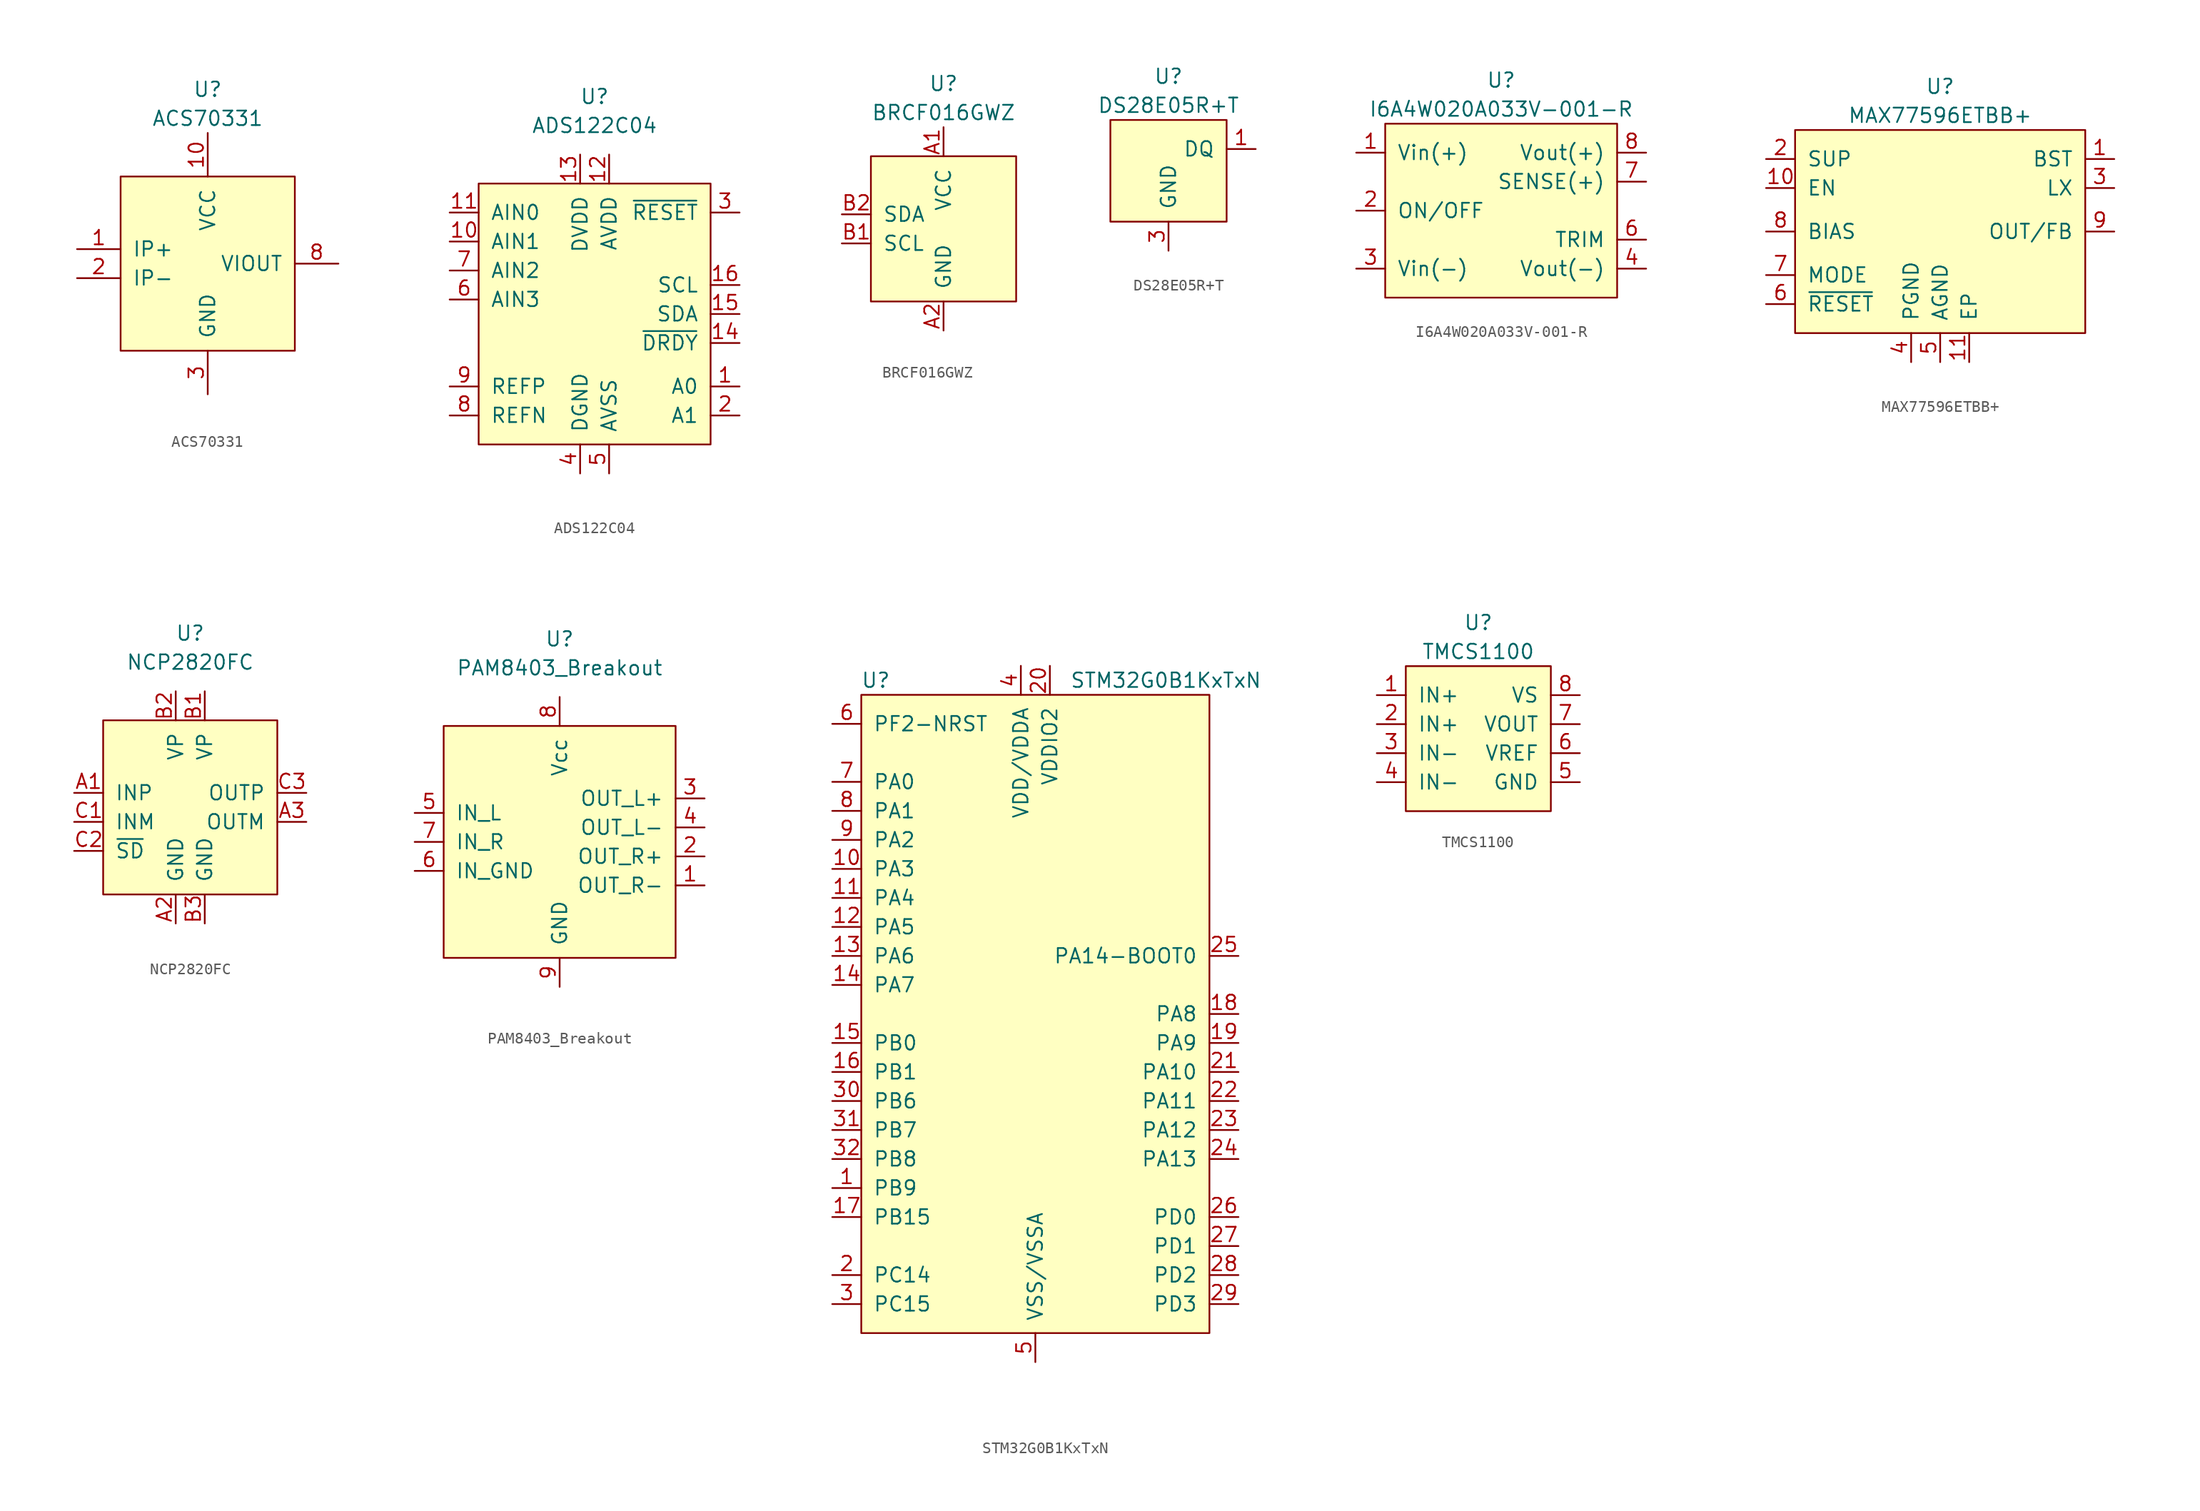
<source format=kicad_sym>
(kicad_symbol_lib
  (version 20211014)
  (generator kicad_symbol_editor)
  (symbol "ACS70331"
    (pin_names
      (offset 1.016))
    (property "Reference" "U"
      (at 0 15.24 0)
      (effects (font (size 1.27 1.27))))
    (property "Value" "ACS70331"
      (at 0 12.7 0)
      (effects (font (size 1.27 1.27))))
    (symbol "ACS70331_0_1"
      (rectangle (start -7.62 7.62) (end 7.62 -7.62) (stroke (width 0) (type default) (color 0 0 0 0)) (fill (type background))))
    (symbol "ACS70331_1_1"
      (pin passive line (at -11.43 1.27 0) (length 3.81) (name "IP+" (effects (font (size 1.27 1.27)))) (number "1" (effects (font (size 1.27 1.27)))))
      (pin power_in line (at 0 11.43 270) (length 3.81) (name "VCC" (effects (font (size 1.27 1.27)))) (number "10" (effects (font (size 1.27 1.27)))))
      (pin passive line (at -11.43 -1.27 0) (length 3.81) (name "IP-" (effects (font (size 1.27 1.27)))) (number "2" (effects (font (size 1.27 1.27)))))
      (pin power_in line (at 0 -11.43 90) (length 3.81) (name "GND" (effects (font (size 1.27 1.27)))) (number "3" (effects (font (size 1.27 1.27)))))
      (pin input line (at 0 -11.43 90) (length 3.81) hide (name "NC" (effects (font (size 1.27 1.27)))) (number "4" (effects (font (size 1.27 1.27)))))
      (pin no_connect line (at 2.54 -11.43 90) (length 3.81) hide (name "NC" (effects (font (size 1.27 1.27)))) (number "5" (effects (font (size 1.27 1.27)))))
      (pin input line (at 0 -11.43 90) (length 3.81) hide (name "NC" (effects (font (size 1.27 1.27)))) (number "6" (effects (font (size 1.27 1.27)))))
      (pin input line (at 0 -11.43 90) (length 3.81) hide (name "NC" (effects (font (size 1.27 1.27)))) (number "7" (effects (font (size 1.27 1.27)))))
      (pin output line (at 11.43 0 180) (length 3.81) (name "VIOUT" (effects (font (size 1.27 1.27)))) (number "8" (effects (font (size 1.27 1.27)))))
      (pin input line (at 0 -11.43 90) (length 3.81) hide (name "NC" (effects (font (size 1.27 1.27)))) (number "9" (effects (font (size 1.27 1.27)))))))
  (symbol "ADS122C04"
    (pin_names
      (offset 1.016))
    (property "Reference" "U"
      (at 0 19.05 0)
      (effects (font (size 1.27 1.27))))
    (property "Value" "ADS122C04"
      (at 0 16.51 0)
      (effects (font (size 1.27 1.27))))
    (symbol "ADS122C04_0_1"
      (rectangle (start -10.16 11.43) (end 10.16 -11.43) (stroke (width 0) (type default) (color 0 0 0 0)) (fill (type background))))
    (symbol "ADS122C04_1_1"
      (pin input line (at 12.7 -6.35 180) (length 2.54) (name "A0" (effects (font (size 1.27 1.27)))) (number "1" (effects (font (size 1.27 1.27)))))
      (pin input line (at -12.7 6.35 0) (length 2.54) (name "AIN1" (effects (font (size 1.27 1.27)))) (number "10" (effects (font (size 1.27 1.27)))))
      (pin input line (at -12.7 8.89 0) (length 2.54) (name "AIN0" (effects (font (size 1.27 1.27)))) (number "11" (effects (font (size 1.27 1.27)))))
      (pin power_in line (at 1.27 13.97 270) (length 2.54) (name "AVDD" (effects (font (size 1.27 1.27)))) (number "12" (effects (font (size 1.27 1.27)))))
      (pin power_in line (at -1.27 13.97 270) (length 2.54) (name "DVDD" (effects (font (size 1.27 1.27)))) (number "13" (effects (font (size 1.27 1.27)))))
      (pin power_in line (at 12.7 -2.54 180) (length 2.54) (name "~{DRDY}" (effects (font (size 1.27 1.27)))) (number "14" (effects (font (size 1.27 1.27)))))
      (pin bidirectional line (at 12.7 0 180) (length 2.54) (name "SDA" (effects (font (size 1.27 1.27)))) (number "15" (effects (font (size 1.27 1.27)))))
      (pin input line (at 12.7 2.54 180) (length 2.54) (name "SCL" (effects (font (size 1.27 1.27)))) (number "16" (effects (font (size 1.27 1.27)))))
      (pin input line (at 12.7 -8.89 180) (length 2.54) (name "A1" (effects (font (size 1.27 1.27)))) (number "2" (effects (font (size 1.27 1.27)))))
      (pin input line (at 12.7 8.89 180) (length 2.54) (name "~{RESET}" (effects (font (size 1.27 1.27)))) (number "3" (effects (font (size 1.27 1.27)))))
      (pin power_in line (at -1.27 -13.97 90) (length 2.54) (name "DGND" (effects (font (size 1.27 1.27)))) (number "4" (effects (font (size 1.27 1.27)))))
      (pin power_in line (at 1.27 -13.97 90) (length 2.54) (name "AVSS" (effects (font (size 1.27 1.27)))) (number "5" (effects (font (size 1.27 1.27)))))
      (pin input line (at -12.7 1.27 0) (length 2.54) (name "AIN3" (effects (font (size 1.27 1.27)))) (number "6" (effects (font (size 1.27 1.27)))))
      (pin input line (at -12.7 3.81 0) (length 2.54) (name "AIN2" (effects (font (size 1.27 1.27)))) (number "7" (effects (font (size 1.27 1.27)))))
      (pin input line (at -12.7 -8.89 0) (length 2.54) (name "REFN" (effects (font (size 1.27 1.27)))) (number "8" (effects (font (size 1.27 1.27)))))
      (pin input line (at -12.7 -6.35 0) (length 2.54) (name "REFP" (effects (font (size 1.27 1.27)))) (number "9" (effects (font (size 1.27 1.27)))))))
  (symbol "BRCF016GWZ"
    (pin_names
      (offset 1.016))
    (property "Reference" "U"
      (at 0 12.7 0)
      (effects (font (size 1.27 1.27))))
    (property "Value" "BRCF016GWZ"
      (at 0 10.16 0)
      (effects (font (size 1.27 1.27))))
    (symbol "BRCF016GWZ_0_1"
      (rectangle (start -6.35 6.35) (end 6.35 -6.35) (stroke (width 0.152) (type default) (color 0 0 0 0)) (fill (type background))))
    (symbol "BRCF016GWZ_1_1"
      (pin power_in line (at 0 8.89 270) (length 2.54) (name "VCC" (effects (font (size 1.27 1.27)))) (number "A1" (effects (font (size 1.27 1.27)))))
      (pin power_in line (at 0 -8.89 90) (length 2.54) (name "GND" (effects (font (size 1.27 1.27)))) (number "A2" (effects (font (size 1.27 1.27)))))
      (pin bidirectional line (at -8.89 -1.27 0) (length 2.54) (name "SCL" (effects (font (size 1.27 1.27)))) (number "B1" (effects (font (size 1.27 1.27)))))
      (pin bidirectional line (at -8.89 1.27 0) (length 2.54) (name "SDA" (effects (font (size 1.27 1.27)))) (number "B2" (effects (font (size 1.27 1.27)))))))
  (symbol "DS28E05R+T"
    (pin_names
      (offset 1.016))
    (property "Reference" "U"
      (at 0 6.35 0)
      (effects (font (size 1.27 1.27))))
    (property "Value" "DS28E05R+T"
      (at 0 3.81 0)
      (effects (font (size 1.27 1.27))))
    (symbol "DS28E05R+T_0_1"
      (rectangle (start 5.08 -6.35) (end -5.08 2.54) (stroke (width 0) (type default) (color 0 0 0 0)) (fill (type background))))
    (symbol "DS28E05R+T_1_1"
      (pin bidirectional line (at 7.62 0 180) (length 2.54) (name "DQ" (effects (font (size 1.27 1.27)))) (number "1" (effects (font (size 1.27 1.27)))))
      (pin no_connect line (at -5.08 0 0) (length 2.54) hide (name "NC" (effects (font (size 1.27 1.27)))) (number "2" (effects (font (size 1.27 1.27)))))
      (pin bidirectional line (at 0 -8.89 90) (length 2.54) (name "GND" (effects (font (size 1.27 1.27)))) (number "3" (effects (font (size 1.27 1.27)))))))
  (symbol "I6A4W020A033V-001-R"
    (pin_names
      (offset 1.016))
    (property "Reference" "U"
      (at 0 11.43 0)
      (effects (font (size 1.27 1.27))))
    (property "Value" "I6A4W020A033V-001-R"
      (at 0 8.89 0)
      (effects (font (size 1.27 1.27))))
    (symbol "I6A4W020A033V-001-R_0_1"
      (rectangle (start -10.16 7.62) (end 10.16 -7.62) (stroke (width 0) (type default) (color 0 0 0 0)) (fill (type background))))
    (symbol "I6A4W020A033V-001-R_1_1"
      (pin power_in line (at -12.7 5.08 0) (length 2.54) (name "Vin(+)" (effects (font (size 1.27 1.27)))) (number "1" (effects (font (size 1.27 1.27)))))
      (pin input line (at -12.7 0 0) (length 2.54) (name "ON/OFF" (effects (font (size 1.27 1.27)))) (number "2" (effects (font (size 1.27 1.27)))))
      (pin power_in line (at -12.7 -5.08 0) (length 2.54) (name "Vin(-)" (effects (font (size 1.27 1.27)))) (number "3" (effects (font (size 1.27 1.27)))))
      (pin power_out line (at 12.7 -5.08 180) (length 2.54) (name "Vout(-)" (effects (font (size 1.27 1.27)))) (number "4" (effects (font (size 1.27 1.27)))))
      (pin input line (at 12.7 -2.54 180) (length 2.54) (name "TRIM" (effects (font (size 1.27 1.27)))) (number "6" (effects (font (size 1.27 1.27)))))
      (pin input line (at 12.7 2.54 180) (length 2.54) (name "SENSE(+)" (effects (font (size 1.27 1.27)))) (number "7" (effects (font (size 1.27 1.27)))))
      (pin power_out line (at 12.7 5.08 180) (length 2.54) (name "Vout(+)" (effects (font (size 1.27 1.27)))) (number "8" (effects (font (size 1.27 1.27)))))))
  (symbol "MAX77596ETBB+"
    (pin_names
      (offset 1.016))
    (property "Reference" "U"
      (at 0 12.7 0)
      (effects (font (size 1.27 1.27))))
    (property "Value" "MAX77596ETBB+"
      (at 0 10.16 0)
      (effects (font (size 1.27 1.27))))
    (symbol "MAX77596ETBB+_0_1"
      (rectangle (start -12.7 8.89) (end 12.7 -8.89) (stroke (width 0) (type default) (color 0 0 0 0)) (fill (type background))))
    (symbol "MAX77596ETBB+_1_1"
      (pin bidirectional line (at 15.24 6.35 180) (length 2.54) (name "BST" (effects (font (size 1.27 1.27)))) (number "1" (effects (font (size 1.27 1.27)))))
      (pin input line (at -15.24 3.81 0) (length 2.54) (name "EN" (effects (font (size 1.27 1.27)))) (number "10" (effects (font (size 1.27 1.27)))))
      (pin power_in line (at 2.54 -11.43 90) (length 2.54) (name "EP" (effects (font (size 1.27 1.27)))) (number "11" (effects (font (size 1.27 1.27)))))
      (pin power_in line (at -15.24 6.35 0) (length 2.54) (name "SUP" (effects (font (size 1.27 1.27)))) (number "2" (effects (font (size 1.27 1.27)))))
      (pin output line (at 15.24 3.81 180) (length 2.54) (name "LX" (effects (font (size 1.27 1.27)))) (number "3" (effects (font (size 1.27 1.27)))))
      (pin power_in line (at -2.54 -11.43 90) (length 2.54) (name "PGND" (effects (font (size 1.27 1.27)))) (number "4" (effects (font (size 1.27 1.27)))))
      (pin power_in line (at 0 -11.43 90) (length 2.54) (name "AGND" (effects (font (size 1.27 1.27)))) (number "5" (effects (font (size 1.27 1.27)))))
      (pin input line (at -15.24 -6.35 0) (length 2.54) (name "~{RESET}" (effects (font (size 1.27 1.27)))) (number "6" (effects (font (size 1.27 1.27)))))
      (pin input line (at -15.24 -3.81 0) (length 2.54) (name "MODE" (effects (font (size 1.27 1.27)))) (number "7" (effects (font (size 1.27 1.27)))))
      (pin power_out line (at -15.24 0 0) (length 2.54) (name "BIAS" (effects (font (size 1.27 1.27)))) (number "8" (effects (font (size 1.27 1.27)))))
      (pin input line (at 15.24 0 180) (length 2.54) (name "OUT/FB" (effects (font (size 1.27 1.27)))) (number "9" (effects (font (size 1.27 1.27)))))))
  (symbol "NCP2820FC"
    (pin_names
      (offset 1.016))
    (property "Reference" "U"
      (at 0 15.24 0)
      (effects (font (size 1.27 1.27))))
    (property "Value" "NCP2820FC"
      (at 0 12.7 0)
      (effects (font (size 1.27 1.27))))
    (symbol "NCP2820FC_0_1"
      (rectangle (start -7.62 7.62) (end 7.62 -7.62) (stroke (width 0) (type default) (color 0 0 0 0)) (fill (type background))))
    (symbol "NCP2820FC_1_1"
      (pin input line (at -10.16 1.27 0) (length 2.54) (name "INP" (effects (font (size 1.27 1.27)))) (number "A1" (effects (font (size 1.27 1.27)))))
      (pin power_in line (at -1.27 -10.16 90) (length 2.54) (name "GND" (effects (font (size 1.27 1.27)))) (number "A2" (effects (font (size 1.27 1.27)))))
      (pin output line (at 10.16 -1.27 180) (length 2.54) (name "OUTM" (effects (font (size 1.27 1.27)))) (number "A3" (effects (font (size 1.27 1.27)))))
      (pin power_in line (at 1.27 10.16 270) (length 2.54) (name "VP" (effects (font (size 1.27 1.27)))) (number "B1" (effects (font (size 1.27 1.27)))))
      (pin power_in line (at -1.27 10.16 270) (length 2.54) (name "VP" (effects (font (size 1.27 1.27)))) (number "B2" (effects (font (size 1.27 1.27)))))
      (pin power_in line (at 1.27 -10.16 90) (length 2.54) (name "GND" (effects (font (size 1.27 1.27)))) (number "B3" (effects (font (size 1.27 1.27)))))
      (pin input line (at -10.16 -1.27 0) (length 2.54) (name "INM" (effects (font (size 1.27 1.27)))) (number "C1" (effects (font (size 1.27 1.27)))))
      (pin input line (at -10.16 -3.81 0) (length 2.54) (name "~{SD}" (effects (font (size 1.27 1.27)))) (number "C2" (effects (font (size 1.27 1.27)))))
      (pin output line (at 10.16 1.27 180) (length 2.54) (name "OUTP" (effects (font (size 1.27 1.27)))) (number "C3" (effects (font (size 1.27 1.27)))))))
  (symbol "PAM8403_Breakout"
    (pin_names
      (offset 1.016))
    (property "Reference" "U"
      (at 0 17.78 0)
      (effects (font (size 1.27 1.27))))
    (property "Value" "PAM8403_Breakout"
      (at 0 15.24 0)
      (effects (font (size 1.27 1.27))))
    (symbol "PAM8403_Breakout_0_1"
      (rectangle (start -10.16 10.16) (end 10.16 -10.16) (stroke (width 0) (type default) (color 0 0 0 0)) (fill (type background))))
    (symbol "PAM8403_Breakout_1_1"
      (pin output line (at 12.7 -3.81 180) (length 2.54) (name "OUT_R-" (effects (font (size 1.27 1.27)))) (number "1" (effects (font (size 1.27 1.27)))))
      (pin output line (at 12.7 -1.27 180) (length 2.54) (name "OUT_R+" (effects (font (size 1.27 1.27)))) (number "2" (effects (font (size 1.27 1.27)))))
      (pin output line (at 12.7 3.81 180) (length 2.54) (name "OUT_L+" (effects (font (size 1.27 1.27)))) (number "3" (effects (font (size 1.27 1.27)))))
      (pin output line (at 12.7 1.27 180) (length 2.54) (name "OUT_L-" (effects (font (size 1.27 1.27)))) (number "4" (effects (font (size 1.27 1.27)))))
      (pin input line (at -12.7 2.54 0) (length 2.54) (name "IN_L" (effects (font (size 1.27 1.27)))) (number "5" (effects (font (size 1.27 1.27)))))
      (pin input line (at -12.7 -2.54 0) (length 2.54) (name "IN_GND" (effects (font (size 1.27 1.27)))) (number "6" (effects (font (size 1.27 1.27)))))
      (pin input line (at -12.7 0 0) (length 2.54) (name "IN_R" (effects (font (size 1.27 1.27)))) (number "7" (effects (font (size 1.27 1.27)))))
      (pin power_in line (at 0 12.7 270) (length 2.54) (name "Vcc" (effects (font (size 1.27 1.27)))) (number "8" (effects (font (size 1.27 1.27)))))
      (pin power_in line (at 0 -12.7 90) (length 2.54) (name "GND" (effects (font (size 1.27 1.27)))) (number "9" (effects (font (size 1.27 1.27)))))))
  (symbol "STM32G0B1KxTxN"
    (pin_names
      (offset 1.016))
    (property "Reference" "U"
      (at -13.97 29.21 0)
      (effects (font (size 1.27 1.27))))
    (property "Value" "STM32G0B1KxTxN"
      (at 11.43 29.21 0)
      (effects (font (size 1.27 1.27))))
    (symbol "STM32G0B1KxTxN_0_1"
      (rectangle (start -15.24 27.94) (end 15.24 -27.94) (stroke (width 0) (type default) (color 0 0 0 0)) (fill (type background))))
    (symbol "STM32G0B1KxTxN_1_1"
      (pin bidirectional line (at -17.78 -15.24 0) (length 2.54) (name "PB9" (effects (font (size 1.27 1.27)))) (number "1" (effects (font (size 1.27 1.27)))))
      (pin bidirectional line (at -17.78 12.7 0) (length 2.54) (name "PA3" (effects (font (size 1.27 1.27)))) (number "10" (effects (font (size 1.27 1.27)))))
      (pin bidirectional line (at -17.78 10.16 0) (length 2.54) (name "PA4" (effects (font (size 1.27 1.27)))) (number "11" (effects (font (size 1.27 1.27)))))
      (pin bidirectional line (at -17.78 7.62 0) (length 2.54) (name "PA5" (effects (font (size 1.27 1.27)))) (number "12" (effects (font (size 1.27 1.27)))))
      (pin bidirectional line (at -17.78 5.08 0) (length 2.54) (name "PA6" (effects (font (size 1.27 1.27)))) (number "13" (effects (font (size 1.27 1.27)))))
      (pin bidirectional line (at -17.78 2.54 0) (length 2.54) (name "PA7" (effects (font (size 1.27 1.27)))) (number "14" (effects (font (size 1.27 1.27)))))
      (pin bidirectional line (at -17.78 -2.54 0) (length 2.54) (name "PB0" (effects (font (size 1.27 1.27)))) (number "15" (effects (font (size 1.27 1.27)))))
      (pin bidirectional line (at -17.78 -5.08 0) (length 2.54) (name "PB1" (effects (font (size 1.27 1.27)))) (number "16" (effects (font (size 1.27 1.27)))))
      (pin bidirectional line (at -17.78 -17.78 0) (length 2.54) (name "PB15" (effects (font (size 1.27 1.27)))) (number "17" (effects (font (size 1.27 1.27)))))
      (pin bidirectional line (at 17.78 0 180) (length 2.54) (name "PA8" (effects (font (size 1.27 1.27)))) (number "18" (effects (font (size 1.27 1.27)))))
      (pin bidirectional line (at 17.78 -2.54 180) (length 2.54) (name "PA9" (effects (font (size 1.27 1.27)))) (number "19" (effects (font (size 1.27 1.27)))))
      (pin bidirectional line (at -17.78 -22.86 0) (length 2.54) (name "PC14" (effects (font (size 1.27 1.27)))) (number "2" (effects (font (size 1.27 1.27)))))
      (pin power_in line (at 1.27 30.48 270) (length 2.54) (name "VDDIO2" (effects (font (size 1.27 1.27)))) (number "20" (effects (font (size 1.27 1.27)))))
      (pin bidirectional line (at 17.78 -5.08 180) (length 2.54) (name "PA10" (effects (font (size 1.27 1.27)))) (number "21" (effects (font (size 1.27 1.27)))))
      (pin bidirectional line (at 17.78 -7.62 180) (length 2.54) (name "PA11" (effects (font (size 1.27 1.27)))) (number "22" (effects (font (size 1.27 1.27)))))
      (pin bidirectional line (at 17.78 -10.16 180) (length 2.54) (name "PA12" (effects (font (size 1.27 1.27)))) (number "23" (effects (font (size 1.27 1.27)))))
      (pin bidirectional line (at 17.78 -12.7 180) (length 2.54) (name "PA13" (effects (font (size 1.27 1.27)))) (number "24" (effects (font (size 1.27 1.27)))))
      (pin bidirectional line (at 17.78 5.08 180) (length 2.54) (name "PA14-BOOT0" (effects (font (size 1.27 1.27)))) (number "25" (effects (font (size 1.27 1.27)))))
      (pin bidirectional line (at 17.78 -17.78 180) (length 2.54) (name "PD0" (effects (font (size 1.27 1.27)))) (number "26" (effects (font (size 1.27 1.27)))))
      (pin bidirectional line (at 17.78 -20.32 180) (length 2.54) (name "PD1" (effects (font (size 1.27 1.27)))) (number "27" (effects (font (size 1.27 1.27)))))
      (pin bidirectional line (at 17.78 -22.86 180) (length 2.54) (name "PD2" (effects (font (size 1.27 1.27)))) (number "28" (effects (font (size 1.27 1.27)))))
      (pin bidirectional line (at 17.78 -25.4 180) (length 2.54) (name "PD3" (effects (font (size 1.27 1.27)))) (number "29" (effects (font (size 1.27 1.27)))))
      (pin bidirectional line (at -17.78 -25.4 0) (length 2.54) (name "PC15" (effects (font (size 1.27 1.27)))) (number "3" (effects (font (size 1.27 1.27)))))
      (pin bidirectional line (at -17.78 -7.62 0) (length 2.54) (name "PB6" (effects (font (size 1.27 1.27)))) (number "30" (effects (font (size 1.27 1.27)))))
      (pin bidirectional line (at -17.78 -10.16 0) (length 2.54) (name "PB7" (effects (font (size 1.27 1.27)))) (number "31" (effects (font (size 1.27 1.27)))))
      (pin bidirectional line (at -17.78 -12.7 0) (length 2.54) (name "PB8" (effects (font (size 1.27 1.27)))) (number "32" (effects (font (size 1.27 1.27)))))
      (pin power_in line (at -1.27 30.48 270) (length 2.54) (name "VDD/VDDA" (effects (font (size 1.27 1.27)))) (number "4" (effects (font (size 1.27 1.27)))))
      (pin power_in line (at 0 -30.48 90) (length 2.54) (name "VSS/VSSA" (effects (font (size 1.27 1.27)))) (number "5" (effects (font (size 1.27 1.27)))))
      (pin bidirectional line (at -17.78 25.4 0) (length 2.54) (name "PF2-NRST" (effects (font (size 1.27 1.27)))) (number "6" (effects (font (size 1.27 1.27)))))
      (pin bidirectional line (at -17.78 20.32 0) (length 2.54) (name "PA0" (effects (font (size 1.27 1.27)))) (number "7" (effects (font (size 1.27 1.27)))))
      (pin bidirectional line (at -17.78 17.78 0) (length 2.54) (name "PA1" (effects (font (size 1.27 1.27)))) (number "8" (effects (font (size 1.27 1.27)))))
      (pin bidirectional line (at -17.78 15.24 0) (length 2.54) (name "PA2" (effects (font (size 1.27 1.27)))) (number "9" (effects (font (size 1.27 1.27)))))))
  (symbol "TMCS1100"
    (pin_names
      (offset 1.016))
    (property "Reference" "U"
      (at 0 10.16 0)
      (effects (font (size 1.27 1.27))))
    (property "Value" "TMCS1100"
      (at 0 7.62 0)
      (effects (font (size 1.27 1.27))))
    (symbol "TMCS1100_0_1"
      (rectangle (start -6.35 6.35) (end 6.35 -6.35) (stroke (width 0) (type default) (color 0 0 0 0)) (fill (type background))))
    (symbol "TMCS1100_1_1"
      (pin input line (at -8.89 3.81 0) (length 2.54) (name "IN+" (effects (font (size 1.27 1.27)))) (number "1" (effects (font (size 1.27 1.27)))))
      (pin input line (at -8.89 1.27 0) (length 2.54) (name "IN+" (effects (font (size 1.27 1.27)))) (number "2" (effects (font (size 1.27 1.27)))))
      (pin input line (at -8.89 -1.27 0) (length 2.54) (name "IN-" (effects (font (size 1.27 1.27)))) (number "3" (effects (font (size 1.27 1.27)))))
      (pin input line (at -8.89 -3.81 0) (length 2.54) (name "IN-" (effects (font (size 1.27 1.27)))) (number "4" (effects (font (size 1.27 1.27)))))
      (pin power_in line (at 8.89 -3.81 180) (length 2.54) (name "GND" (effects (font (size 1.27 1.27)))) (number "5" (effects (font (size 1.27 1.27)))))
      (pin output line (at 8.89 -1.27 180) (length 2.54) (name "VREF" (effects (font (size 1.27 1.27)))) (number "6" (effects (font (size 1.27 1.27)))))
      (pin output line (at 8.89 1.27 180) (length 2.54) (name "VOUT" (effects (font (size 1.27 1.27)))) (number "7" (effects (font (size 1.27 1.27)))))
      (pin power_in line (at 8.89 3.81 180) (length 2.54) (name "VS" (effects (font (size 1.27 1.27)))) (number "8" (effects (font (size 1.27 1.27))))))))
</source>
